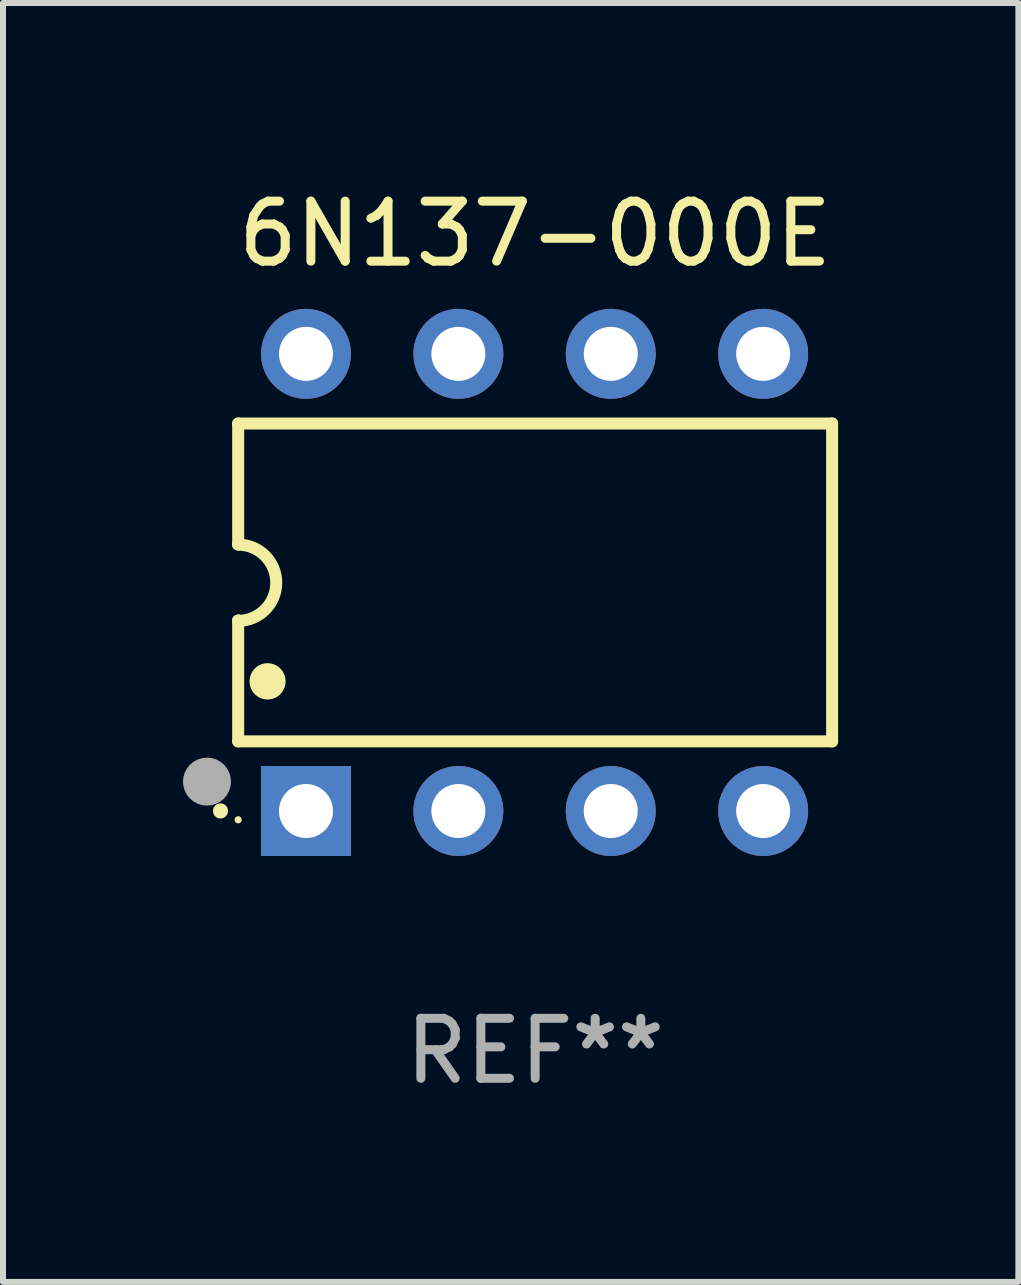
<source format=kicad_pcb>
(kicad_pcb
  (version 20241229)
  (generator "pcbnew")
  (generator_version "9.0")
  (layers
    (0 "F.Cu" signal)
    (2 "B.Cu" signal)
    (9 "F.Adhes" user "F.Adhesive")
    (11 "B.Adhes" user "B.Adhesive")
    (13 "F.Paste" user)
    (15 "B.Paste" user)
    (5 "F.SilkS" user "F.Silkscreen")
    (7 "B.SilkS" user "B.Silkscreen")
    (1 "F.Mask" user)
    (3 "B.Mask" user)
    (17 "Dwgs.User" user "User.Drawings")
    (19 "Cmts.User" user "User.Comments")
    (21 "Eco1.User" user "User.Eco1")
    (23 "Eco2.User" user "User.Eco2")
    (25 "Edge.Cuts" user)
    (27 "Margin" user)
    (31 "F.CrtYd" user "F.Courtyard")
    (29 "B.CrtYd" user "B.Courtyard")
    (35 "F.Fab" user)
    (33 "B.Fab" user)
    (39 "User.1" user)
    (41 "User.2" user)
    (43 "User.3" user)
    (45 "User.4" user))
  (footprint "6N137-000E"
    (layer "F.Cu")
    (at 5.87 6.658)
    (property "Reference" "6N137-000E" (at 0 -5.81 0) (layer "F.SilkS") (effects (font (size 1 1) (thickness 0.15))))
    (attr through_hole)
    (fp_line (start -4.95 -2.649) (end 4.95 -2.649) (stroke (width 0.2) (type solid)) (layer "F.SilkS"))
    (fp_line (start -4.95 -0.635) (end -4.95 -2.649) (stroke (width 0.2) (type solid)) (layer "F.SilkS"))
    (fp_line (start -4.95 0.635) (end -4.95 0.64) (stroke (width 0.2) (type solid)) (layer "F.SilkS"))
    (fp_line (start -4.95 2.649) (end -4.95 0.635) (stroke (width 0.2) (type solid)) (layer "F.SilkS"))
    (fp_line (start -4.95 -0.64) (end -4.95 -0.635) (stroke (width 0.2) (type solid)) (layer "F.SilkS"))
    (fp_line (start 4.95 -2.649) (end 4.95 2.649) (stroke (width 0.2) (type solid)) (layer "F.SilkS"))
    (fp_line (start 4.95 2.649) (end -4.95 2.649) (stroke (width 0.2) (type solid)) (layer "F.SilkS"))
    (fp_arc (start -5.24511 3.810008) (mid -5.245117 3.808738) (end -5.24511 3.807468) (stroke (width 0.25) (type solid)) (layer "F.SilkS"))
    (fp_arc (start -4.950165 -0.629997) (mid -4.315164 0.005004) (end -4.950165 0.640005) (stroke (width 0.2) (type solid)) (layer "F.SilkS"))
    (fp_arc (start -4.460249 1.651003) (mid -4.46026 1.648463) (end -4.460249 1.645923) (stroke (width 0.6) (type solid)) (layer "F.SilkS"))
    (fp_circle (center -4.95 3.956) (end -4.92 3.956) (stroke (width 0.06) (type solid)) (fill no) (layer "F.SilkS"))
    (fp_circle (center -5.47 3.32) (end -5.27 3.32) (stroke (width 0.4) (type solid)) (fill no) (layer "F.Fab"))
    (fp_text user "REF**" (at 0 7.81 0) (layer "F.Fab") (effects (font (size 1 1) (thickness 0.15))))
    (pad "1" thru_hole rect (at -3.82 3.81) (size 1.5 1.5) (drill 0.9) (layers "*.Cu" "*.Mask"))
    (pad "2" thru_hole circle (at -1.28 3.81) (size 1.5 1.5) (drill 0.9) (layers "*.Cu" "*.Mask"))
    (pad "3" thru_hole circle (at 1.26 3.81) (size 1.5 1.5) (drill 0.9) (layers "*.Cu" "*.Mask"))
    (pad "4" thru_hole circle (at 3.8 3.81) (size 1.5 1.5) (drill 0.9) (layers "*.Cu" "*.Mask"))
    (pad "5" thru_hole circle (at 3.8 -3.81) (size 1.5 1.5) (drill 0.9) (layers "*.Cu" "*.Mask"))
    (pad "6" thru_hole circle (at 1.26 -3.81) (size 1.5 1.5) (drill 0.9) (layers "*.Cu" "*.Mask"))
    (pad "7" thru_hole circle (at -1.28 -3.81) (size 1.5 1.5) (drill 0.9) (layers "*.Cu" "*.Mask"))
    (pad "8" thru_hole circle (at -3.82 -3.81) (size 1.5 1.5) (drill 0.9) (layers "*.Cu" "*.Mask")))
  (gr_rect
    (start -3 -3)
    (end 13.924 18.317)
    (stroke (width 0.1) (type default))
    (fill no)
    (layer "Edge.Cuts")))
</source>
